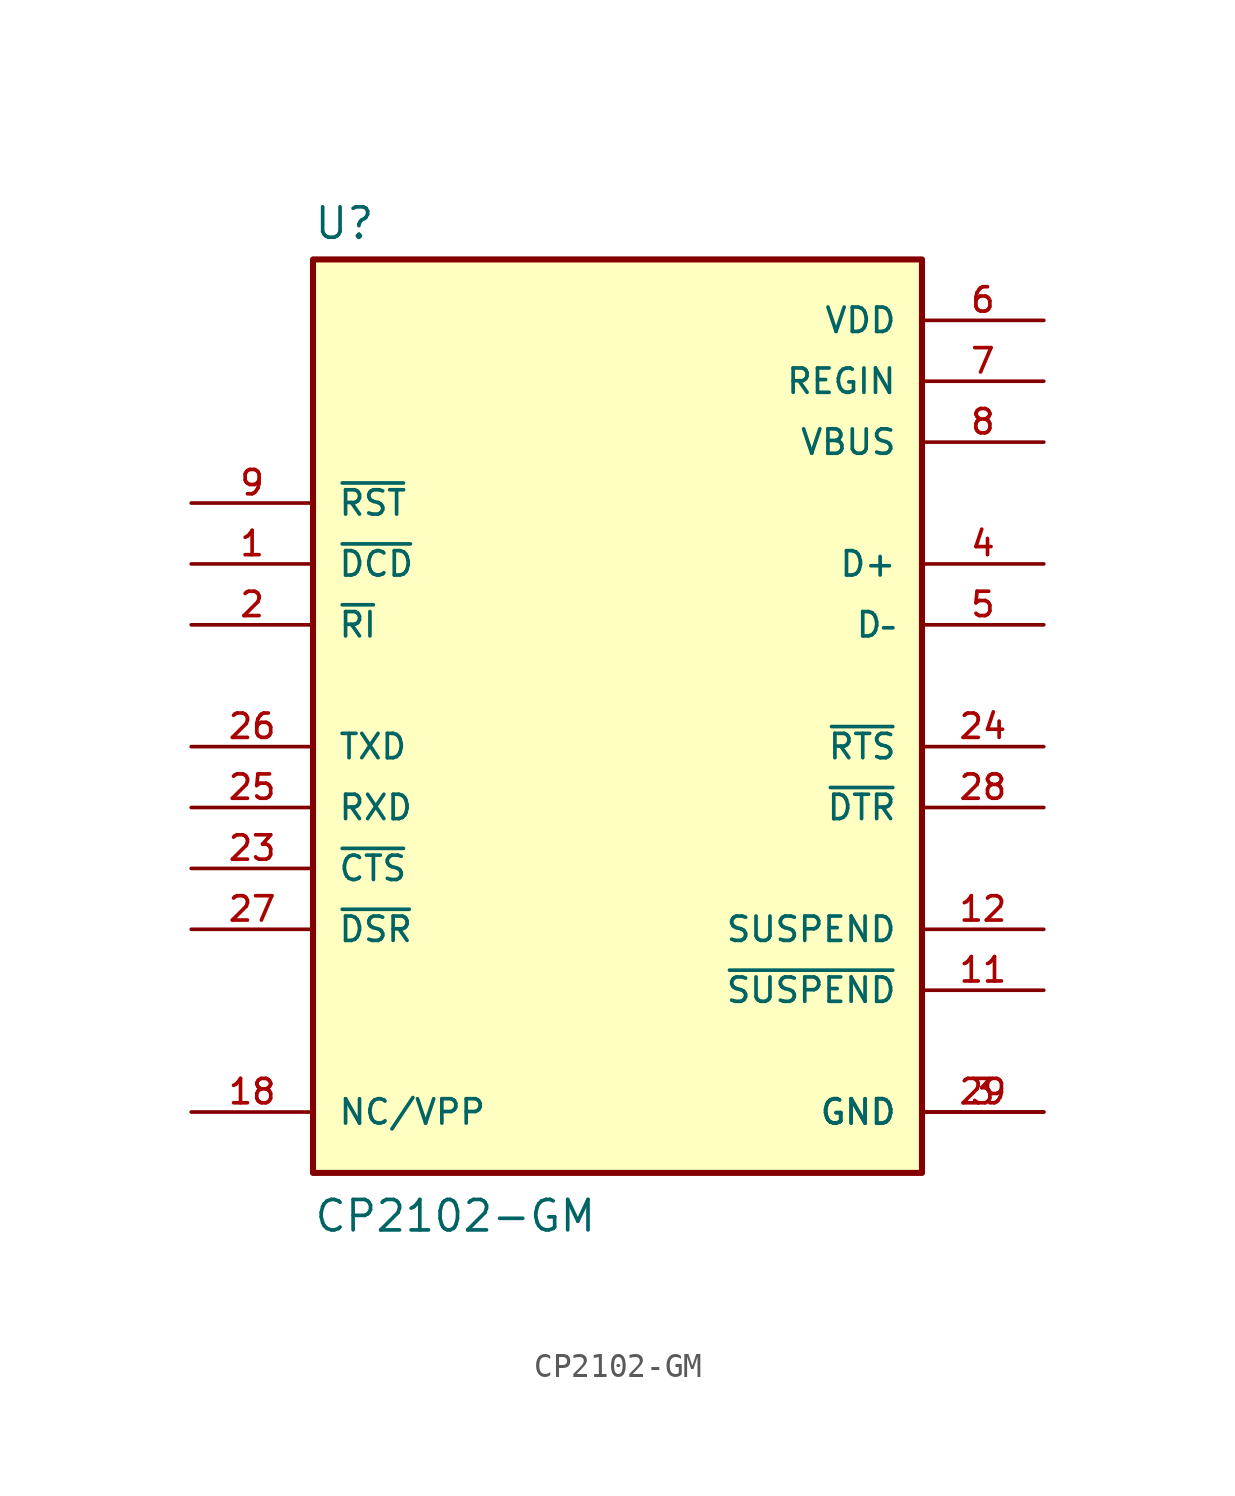
<source format=kicad_sym>
(kicad_symbol_lib
  (version 20211014)
  (generator kicad_symbol_editor)
  (symbol "CP2102-GM"
    (pin_names
      (offset 1.016))
    (property "Reference" "U"
      (at -12.7 21.082 0)
      (effects (font (size 1.27 1.27)) (justify bottom left)))
    (property "Value" "CP2102-GM"
      (at -12.7 -20.32 0)
      (effects (font (size 1.27 1.27)) (justify bottom left)))
    (symbol "CP2102-GM_0_0"
      (rectangle (start -12.7 -17.78) (end 12.7 20.32) (stroke (width 0.254)) (fill (type background)))
      (pin output line (at 17.78 -2.54 180.0) (length 5.08) (name "~{DTR}" (effects (font (size 1.016 1.016)))) (number "28" (effects (font (size 1.016 1.016)))))
      (pin output line (at 17.78 -7.62 180.0) (length 5.08) (name "SUSPEND" (effects (font (size 1.016 1.016)))) (number "12" (effects (font (size 1.016 1.016)))))
      (pin input line (at -17.78 5.08 0) (length 5.08) (name "~{RI}" (effects (font (size 1.016 1.016)))) (number "2" (effects (font (size 1.016 1.016)))))
      (pin output line (at 17.78 -10.16 180.0) (length 5.08) (name "~{SUSPEND}" (effects (font (size 1.016 1.016)))) (number "11" (effects (font (size 1.016 1.016)))))
      (pin power_in line (at 17.78 12.7 180.0) (length 5.08) (name "VBUS" (effects (font (size 1.016 1.016)))) (number "8" (effects (font (size 1.016 1.016)))))
      (pin power_in line (at 17.78 17.78 180.0) (length 5.08) (name "VDD" (effects (font (size 1.016 1.016)))) (number "6" (effects (font (size 1.016 1.016)))))
      (pin power_in line (at 17.78 -15.24 180.0) (length 5.08) (name "GND" (effects (font (size 1.016 1.016)))) (number "3" (effects (font (size 1.016 1.016)))))
      (pin power_in line (at 17.78 -15.24 180.0) (length 5.08) (name "GND" (effects (font (size 1.016 1.016)))) (number "29" (effects (font (size 1.016 1.016)))))
      (pin input line (at -17.78 -5.08 0) (length 5.08) (name "~{CTS}" (effects (font (size 1.016 1.016)))) (number "23" (effects (font (size 1.016 1.016)))))
      (pin input line (at -17.78 -2.54 0) (length 5.08) (name "RXD" (effects (font (size 1.016 1.016)))) (number "25" (effects (font (size 1.016 1.016)))))
      (pin input line (at -17.78 7.62 0) (length 5.08) (name "~{DCD}" (effects (font (size 1.016 1.016)))) (number "1" (effects (font (size 1.016 1.016)))))
      (pin output line (at -17.78 0.0 0) (length 5.08) (name "TXD" (effects (font (size 1.016 1.016)))) (number "26" (effects (font (size 1.016 1.016)))))
      (pin output line (at 17.78 0.0 180.0) (length 5.08) (name "~{RTS}" (effects (font (size 1.016 1.016)))) (number "24" (effects (font (size 1.016 1.016)))))
      (pin power_in line (at 17.78 15.24 180.0) (length 5.08) (name "REGIN" (effects (font (size 1.016 1.016)))) (number "7" (effects (font (size 1.016 1.016)))))
      (pin bidirectional line (at 17.78 7.62 180.0) (length 5.08) (name "D+" (effects (font (size 1.016 1.016)))) (number "4" (effects (font (size 1.016 1.016)))))
      (pin bidirectional line (at -17.78 10.16 0) (length 5.08) (name "~{RST}" (effects (font (size 1.016 1.016)))) (number "9" (effects (font (size 1.016 1.016)))))
      (pin bidirectional line (at 17.78 5.08 180.0) (length 5.08) (name "D–" (effects (font (size 1.016 1.016)))) (number "5" (effects (font (size 1.016 1.016)))))
      (pin input line (at -17.78 -7.62 0) (length 5.08) (name "~{DSR}" (effects (font (size 1.016 1.016)))) (number "27" (effects (font (size 1.016 1.016)))))
      (pin bidirectional line (at -17.78 -15.24 0) (length 5.08) (name "NC/VPP" (effects (font (size 1.016 1.016)))) (number "18" (effects (font (size 1.016 1.016))))))))
</source>
